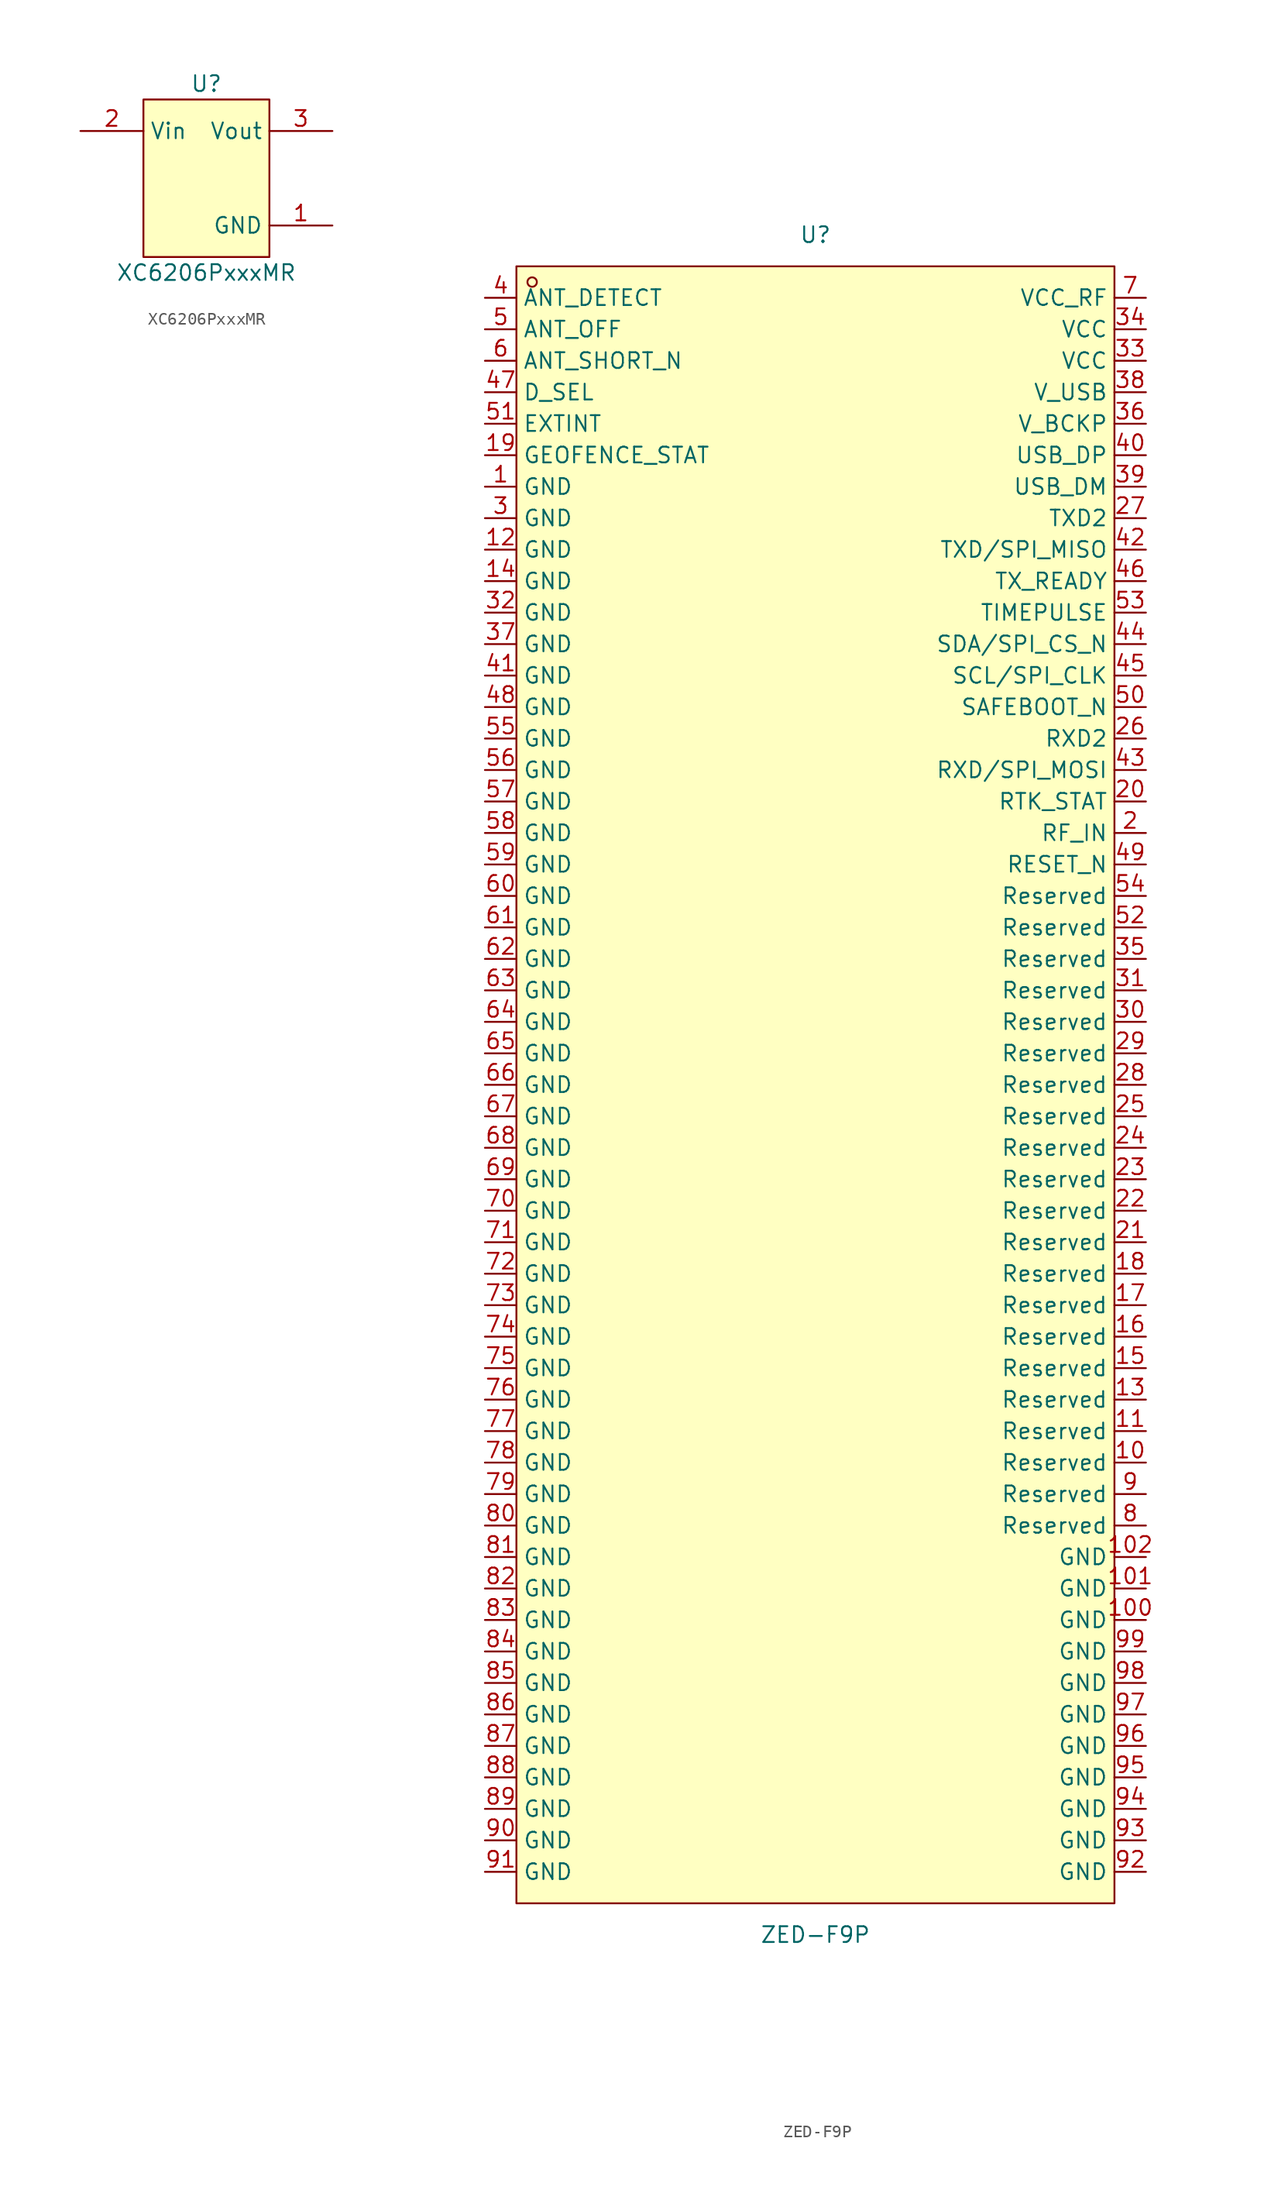
<source format=kicad_sym>
(kicad_symbol_lib
  (version 20241209)
  (generator "kicad_symbol_editor")
  (generator_version "9.0")
  (symbol "XC6206PxxxMR"
    (property "Reference" "U"
      (at 0 7.62 0)
      (effects (font (size 1.27 1.27))))
    (property "Value" "XC6206PxxxMR"
      (at 0 -7.62 0)
      (effects (font (size 1.27 1.27))))
    (symbol "XC6206PxxxMR_0_1"
      (rectangle (start -5.08 6.35) (end 5.08 -6.35) (stroke (width 0) (type default)) (fill (type background))))
    (symbol "XC6206PxxxMR_1_1"
      (pin power_in line (at -10.16 3.81 0) (length 5.08) (name "Vin" (effects (font (size 1.27 1.27)))) (number "2" (effects (font (size 1.27 1.27)))))
      (pin power_out line (at 10.16 3.81 180) (length 5.08) (name "Vout" (effects (font (size 1.27 1.27)))) (number "3" (effects (font (size 1.27 1.27)))))
      (pin power_in line (at 10.16 -3.81 180) (length 5.08) (name "GND" (effects (font (size 1.27 1.27)))) (number "1" (effects (font (size 1.27 1.27)))))))
  (symbol "ZED-F9P"
    (property "Reference" "U"
      (at 0 68.58 0)
      (effects (font (size 1.27 1.27))))
    (property "Value" "ZED-F9P"
      (at 0 -68.58 0)
      (effects (font (size 1.27 1.27))))
    (symbol "ZED-F9P_0_1"
      (rectangle (start -24.13 66.04) (end 24.13 -66.04) (stroke (width 0) (type default)) (fill (type background)))
      (circle (center -22.86 64.77) (radius 0.38) (stroke (width 0) (type default)) (fill (type none)))
      (pin unspecified line (at -26.67 63.5 0) (length 2.54) (name "ANT_DETECT" (effects (font (size 1.27 1.27)))) (number "4" (effects (font (size 1.27 1.27)))))
      (pin unspecified line (at -26.67 60.96 0) (length 2.54) (name "ANT_OFF" (effects (font (size 1.27 1.27)))) (number "5" (effects (font (size 1.27 1.27)))))
      (pin unspecified line (at -26.67 58.42 0) (length 2.54) (name "ANT_SHORT_N" (effects (font (size 1.27 1.27)))) (number "6" (effects (font (size 1.27 1.27)))))
      (pin unspecified line (at -26.67 55.88 0) (length 2.54) (name "D_SEL" (effects (font (size 1.27 1.27)))) (number "47" (effects (font (size 1.27 1.27)))))
      (pin unspecified line (at -26.67 53.34 0) (length 2.54) (name "EXTINT" (effects (font (size 1.27 1.27)))) (number "51" (effects (font (size 1.27 1.27)))))
      (pin unspecified line (at -26.67 50.8 0) (length 2.54) (name "GEOFENCE_STAT" (effects (font (size 1.27 1.27)))) (number "19" (effects (font (size 1.27 1.27)))))
      (pin unspecified line (at -26.67 48.26 0) (length 2.54) (name "GND" (effects (font (size 1.27 1.27)))) (number "1" (effects (font (size 1.27 1.27)))))
      (pin unspecified line (at -26.67 45.72 0) (length 2.54) (name "GND" (effects (font (size 1.27 1.27)))) (number "3" (effects (font (size 1.27 1.27)))))
      (pin unspecified line (at -26.67 43.18 0) (length 2.54) (name "GND" (effects (font (size 1.27 1.27)))) (number "12" (effects (font (size 1.27 1.27)))))
      (pin unspecified line (at -26.67 40.64 0) (length 2.54) (name "GND" (effects (font (size 1.27 1.27)))) (number "14" (effects (font (size 1.27 1.27)))))
      (pin unspecified line (at -26.67 38.1 0) (length 2.54) (name "GND" (effects (font (size 1.27 1.27)))) (number "32" (effects (font (size 1.27 1.27)))))
      (pin unspecified line (at -26.67 35.56 0) (length 2.54) (name "GND" (effects (font (size 1.27 1.27)))) (number "37" (effects (font (size 1.27 1.27)))))
      (pin unspecified line (at -26.67 33.02 0) (length 2.54) (name "GND" (effects (font (size 1.27 1.27)))) (number "41" (effects (font (size 1.27 1.27)))))
      (pin unspecified line (at -26.67 30.48 0) (length 2.54) (name "GND" (effects (font (size 1.27 1.27)))) (number "48" (effects (font (size 1.27 1.27)))))
      (pin unspecified line (at -26.67 27.94 0) (length 2.54) (name "GND" (effects (font (size 1.27 1.27)))) (number "55" (effects (font (size 1.27 1.27)))))
      (pin unspecified line (at -26.67 25.4 0) (length 2.54) (name "GND" (effects (font (size 1.27 1.27)))) (number "56" (effects (font (size 1.27 1.27)))))
      (pin unspecified line (at -26.67 22.86 0) (length 2.54) (name "GND" (effects (font (size 1.27 1.27)))) (number "57" (effects (font (size 1.27 1.27)))))
      (pin unspecified line (at -26.67 20.32 0) (length 2.54) (name "GND" (effects (font (size 1.27 1.27)))) (number "58" (effects (font (size 1.27 1.27)))))
      (pin unspecified line (at -26.67 17.78 0) (length 2.54) (name "GND" (effects (font (size 1.27 1.27)))) (number "59" (effects (font (size 1.27 1.27)))))
      (pin unspecified line (at -26.67 15.24 0) (length 2.54) (name "GND" (effects (font (size 1.27 1.27)))) (number "60" (effects (font (size 1.27 1.27)))))
      (pin unspecified line (at -26.67 12.7 0) (length 2.54) (name "GND" (effects (font (size 1.27 1.27)))) (number "61" (effects (font (size 1.27 1.27)))))
      (pin unspecified line (at -26.67 10.16 0) (length 2.54) (name "GND" (effects (font (size 1.27 1.27)))) (number "62" (effects (font (size 1.27 1.27)))))
      (pin unspecified line (at -26.67 7.62 0) (length 2.54) (name "GND" (effects (font (size 1.27 1.27)))) (number "63" (effects (font (size 1.27 1.27)))))
      (pin unspecified line (at -26.67 5.08 0) (length 2.54) (name "GND" (effects (font (size 1.27 1.27)))) (number "64" (effects (font (size 1.27 1.27)))))
      (pin unspecified line (at -26.67 2.54 0) (length 2.54) (name "GND" (effects (font (size 1.27 1.27)))) (number "65" (effects (font (size 1.27 1.27)))))
      (pin unspecified line (at -26.67 0 0) (length 2.54) (name "GND" (effects (font (size 1.27 1.27)))) (number "66" (effects (font (size 1.27 1.27)))))
      (pin unspecified line (at -26.67 -2.54 0) (length 2.54) (name "GND" (effects (font (size 1.27 1.27)))) (number "67" (effects (font (size 1.27 1.27)))))
      (pin unspecified line (at -26.67 -5.08 0) (length 2.54) (name "GND" (effects (font (size 1.27 1.27)))) (number "68" (effects (font (size 1.27 1.27)))))
      (pin unspecified line (at -26.67 -7.62 0) (length 2.54) (name "GND" (effects (font (size 1.27 1.27)))) (number "69" (effects (font (size 1.27 1.27)))))
      (pin unspecified line (at -26.67 -10.16 0) (length 2.54) (name "GND" (effects (font (size 1.27 1.27)))) (number "70" (effects (font (size 1.27 1.27)))))
      (pin unspecified line (at -26.67 -12.7 0) (length 2.54) (name "GND" (effects (font (size 1.27 1.27)))) (number "71" (effects (font (size 1.27 1.27)))))
      (pin unspecified line (at -26.67 -15.24 0) (length 2.54) (name "GND" (effects (font (size 1.27 1.27)))) (number "72" (effects (font (size 1.27 1.27)))))
      (pin unspecified line (at -26.67 -17.78 0) (length 2.54) (name "GND" (effects (font (size 1.27 1.27)))) (number "73" (effects (font (size 1.27 1.27)))))
      (pin unspecified line (at -26.67 -20.32 0) (length 2.54) (name "GND" (effects (font (size 1.27 1.27)))) (number "74" (effects (font (size 1.27 1.27)))))
      (pin unspecified line (at -26.67 -22.86 0) (length 2.54) (name "GND" (effects (font (size 1.27 1.27)))) (number "75" (effects (font (size 1.27 1.27)))))
      (pin unspecified line (at -26.67 -25.4 0) (length 2.54) (name "GND" (effects (font (size 1.27 1.27)))) (number "76" (effects (font (size 1.27 1.27)))))
      (pin unspecified line (at -26.67 -27.94 0) (length 2.54) (name "GND" (effects (font (size 1.27 1.27)))) (number "77" (effects (font (size 1.27 1.27)))))
      (pin unspecified line (at -26.67 -30.48 0) (length 2.54) (name "GND" (effects (font (size 1.27 1.27)))) (number "78" (effects (font (size 1.27 1.27)))))
      (pin unspecified line (at -26.67 -33.02 0) (length 2.54) (name "GND" (effects (font (size 1.27 1.27)))) (number "79" (effects (font (size 1.27 1.27)))))
      (pin unspecified line (at -26.67 -35.56 0) (length 2.54) (name "GND" (effects (font (size 1.27 1.27)))) (number "80" (effects (font (size 1.27 1.27)))))
      (pin unspecified line (at -26.67 -38.1 0) (length 2.54) (name "GND" (effects (font (size 1.27 1.27)))) (number "81" (effects (font (size 1.27 1.27)))))
      (pin unspecified line (at -26.67 -40.64 0) (length 2.54) (name "GND" (effects (font (size 1.27 1.27)))) (number "82" (effects (font (size 1.27 1.27)))))
      (pin unspecified line (at -26.67 -43.18 0) (length 2.54) (name "GND" (effects (font (size 1.27 1.27)))) (number "83" (effects (font (size 1.27 1.27)))))
      (pin unspecified line (at -26.67 -45.72 0) (length 2.54) (name "GND" (effects (font (size 1.27 1.27)))) (number "84" (effects (font (size 1.27 1.27)))))
      (pin unspecified line (at -26.67 -48.26 0) (length 2.54) (name "GND" (effects (font (size 1.27 1.27)))) (number "85" (effects (font (size 1.27 1.27)))))
      (pin unspecified line (at -26.67 -50.8 0) (length 2.54) (name "GND" (effects (font (size 1.27 1.27)))) (number "86" (effects (font (size 1.27 1.27)))))
      (pin unspecified line (at -26.67 -53.34 0) (length 2.54) (name "GND" (effects (font (size 1.27 1.27)))) (number "87" (effects (font (size 1.27 1.27)))))
      (pin unspecified line (at -26.67 -55.88 0) (length 2.54) (name "GND" (effects (font (size 1.27 1.27)))) (number "88" (effects (font (size 1.27 1.27)))))
      (pin unspecified line (at -26.67 -58.42 0) (length 2.54) (name "GND" (effects (font (size 1.27 1.27)))) (number "89" (effects (font (size 1.27 1.27)))))
      (pin unspecified line (at -26.67 -60.96 0) (length 2.54) (name "GND" (effects (font (size 1.27 1.27)))) (number "90" (effects (font (size 1.27 1.27)))))
      (pin unspecified line (at -26.67 -63.5 0) (length 2.54) (name "GND" (effects (font (size 1.27 1.27)))) (number "91" (effects (font (size 1.27 1.27)))))
      (pin unspecified line (at 26.67 63.5 180) (length 2.54) (name "VCC_RF" (effects (font (size 1.27 1.27)))) (number "7" (effects (font (size 1.27 1.27)))))
      (pin unspecified line (at 26.67 60.96 180) (length 2.54) (name "VCC" (effects (font (size 1.27 1.27)))) (number "34" (effects (font (size 1.27 1.27)))))
      (pin unspecified line (at 26.67 58.42 180) (length 2.54) (name "VCC" (effects (font (size 1.27 1.27)))) (number "33" (effects (font (size 1.27 1.27)))))
      (pin unspecified line (at 26.67 55.88 180) (length 2.54) (name "V_USB" (effects (font (size 1.27 1.27)))) (number "38" (effects (font (size 1.27 1.27)))))
      (pin unspecified line (at 26.67 53.34 180) (length 2.54) (name "V_BCKP" (effects (font (size 1.27 1.27)))) (number "36" (effects (font (size 1.27 1.27)))))
      (pin unspecified line (at 26.67 50.8 180) (length 2.54) (name "USB_DP" (effects (font (size 1.27 1.27)))) (number "40" (effects (font (size 1.27 1.27)))))
      (pin unspecified line (at 26.67 48.26 180) (length 2.54) (name "USB_DM" (effects (font (size 1.27 1.27)))) (number "39" (effects (font (size 1.27 1.27)))))
      (pin unspecified line (at 26.67 45.72 180) (length 2.54) (name "TXD2" (effects (font (size 1.27 1.27)))) (number "27" (effects (font (size 1.27 1.27)))))
      (pin unspecified line (at 26.67 43.18 180) (length 2.54) (name "TXD/SPI_MISO" (effects (font (size 1.27 1.27)))) (number "42" (effects (font (size 1.27 1.27)))))
      (pin unspecified line (at 26.67 40.64 180) (length 2.54) (name "TX_READY" (effects (font (size 1.27 1.27)))) (number "46" (effects (font (size 1.27 1.27)))))
      (pin unspecified line (at 26.67 38.1 180) (length 2.54) (name "TIMEPULSE" (effects (font (size 1.27 1.27)))) (number "53" (effects (font (size 1.27 1.27)))))
      (pin unspecified line (at 26.67 35.56 180) (length 2.54) (name "SDA/SPI_CS_N" (effects (font (size 1.27 1.27)))) (number "44" (effects (font (size 1.27 1.27)))))
      (pin unspecified line (at 26.67 33.02 180) (length 2.54) (name "SCL/SPI_CLK" (effects (font (size 1.27 1.27)))) (number "45" (effects (font (size 1.27 1.27)))))
      (pin unspecified line (at 26.67 30.48 180) (length 2.54) (name "SAFEBOOT_N" (effects (font (size 1.27 1.27)))) (number "50" (effects (font (size 1.27 1.27)))))
      (pin unspecified line (at 26.67 27.94 180) (length 2.54) (name "RXD2" (effects (font (size 1.27 1.27)))) (number "26" (effects (font (size 1.27 1.27)))))
      (pin unspecified line (at 26.67 25.4 180) (length 2.54) (name "RXD/SPI_MOSI" (effects (font (size 1.27 1.27)))) (number "43" (effects (font (size 1.27 1.27)))))
      (pin unspecified line (at 26.67 22.86 180) (length 2.54) (name "RTK_STAT" (effects (font (size 1.27 1.27)))) (number "20" (effects (font (size 1.27 1.27)))))
      (pin unspecified line (at 26.67 20.32 180) (length 2.54) (name "RF_IN" (effects (font (size 1.27 1.27)))) (number "2" (effects (font (size 1.27 1.27)))))
      (pin unspecified line (at 26.67 17.78 180) (length 2.54) (name "RESET_N" (effects (font (size 1.27 1.27)))) (number "49" (effects (font (size 1.27 1.27)))))
      (pin unspecified line (at 26.67 15.24 180) (length 2.54) (name "Reserved" (effects (font (size 1.27 1.27)))) (number "54" (effects (font (size 1.27 1.27)))))
      (pin unspecified line (at 26.67 12.7 180) (length 2.54) (name "Reserved" (effects (font (size 1.27 1.27)))) (number "52" (effects (font (size 1.27 1.27)))))
      (pin unspecified line (at 26.67 10.16 180) (length 2.54) (name "Reserved" (effects (font (size 1.27 1.27)))) (number "35" (effects (font (size 1.27 1.27)))))
      (pin unspecified line (at 26.67 7.62 180) (length 2.54) (name "Reserved" (effects (font (size 1.27 1.27)))) (number "31" (effects (font (size 1.27 1.27)))))
      (pin unspecified line (at 26.67 5.08 180) (length 2.54) (name "Reserved" (effects (font (size 1.27 1.27)))) (number "30" (effects (font (size 1.27 1.27)))))
      (pin unspecified line (at 26.67 2.54 180) (length 2.54) (name "Reserved" (effects (font (size 1.27 1.27)))) (number "29" (effects (font (size 1.27 1.27)))))
      (pin unspecified line (at 26.67 0 180) (length 2.54) (name "Reserved" (effects (font (size 1.27 1.27)))) (number "28" (effects (font (size 1.27 1.27)))))
      (pin unspecified line (at 26.67 -2.54 180) (length 2.54) (name "Reserved" (effects (font (size 1.27 1.27)))) (number "25" (effects (font (size 1.27 1.27)))))
      (pin unspecified line (at 26.67 -5.08 180) (length 2.54) (name "Reserved" (effects (font (size 1.27 1.27)))) (number "24" (effects (font (size 1.27 1.27)))))
      (pin unspecified line (at 26.67 -7.62 180) (length 2.54) (name "Reserved" (effects (font (size 1.27 1.27)))) (number "23" (effects (font (size 1.27 1.27)))))
      (pin unspecified line (at 26.67 -10.16 180) (length 2.54) (name "Reserved" (effects (font (size 1.27 1.27)))) (number "22" (effects (font (size 1.27 1.27)))))
      (pin unspecified line (at 26.67 -12.7 180) (length 2.54) (name "Reserved" (effects (font (size 1.27 1.27)))) (number "21" (effects (font (size 1.27 1.27)))))
      (pin unspecified line (at 26.67 -15.24 180) (length 2.54) (name "Reserved" (effects (font (size 1.27 1.27)))) (number "18" (effects (font (size 1.27 1.27)))))
      (pin unspecified line (at 26.67 -17.78 180) (length 2.54) (name "Reserved" (effects (font (size 1.27 1.27)))) (number "17" (effects (font (size 1.27 1.27)))))
      (pin unspecified line (at 26.67 -20.32 180) (length 2.54) (name "Reserved" (effects (font (size 1.27 1.27)))) (number "16" (effects (font (size 1.27 1.27)))))
      (pin unspecified line (at 26.67 -22.86 180) (length 2.54) (name "Reserved" (effects (font (size 1.27 1.27)))) (number "15" (effects (font (size 1.27 1.27)))))
      (pin unspecified line (at 26.67 -25.4 180) (length 2.54) (name "Reserved" (effects (font (size 1.27 1.27)))) (number "13" (effects (font (size 1.27 1.27)))))
      (pin unspecified line (at 26.67 -27.94 180) (length 2.54) (name "Reserved" (effects (font (size 1.27 1.27)))) (number "11" (effects (font (size 1.27 1.27)))))
      (pin unspecified line (at 26.67 -30.48 180) (length 2.54) (name "Reserved" (effects (font (size 1.27 1.27)))) (number "10" (effects (font (size 1.27 1.27)))))
      (pin unspecified line (at 26.67 -33.02 180) (length 2.54) (name "Reserved" (effects (font (size 1.27 1.27)))) (number "9" (effects (font (size 1.27 1.27)))))
      (pin unspecified line (at 26.67 -35.56 180) (length 2.54) (name "Reserved" (effects (font (size 1.27 1.27)))) (number "8" (effects (font (size 1.27 1.27)))))
      (pin unspecified line (at 26.67 -38.1 180) (length 2.54) (name "GND" (effects (font (size 1.27 1.27)))) (number "102" (effects (font (size 1.27 1.27)))))
      (pin unspecified line (at 26.67 -40.64 180) (length 2.54) (name "GND" (effects (font (size 1.27 1.27)))) (number "101" (effects (font (size 1.27 1.27)))))
      (pin unspecified line (at 26.67 -43.18 180) (length 2.54) (name "GND" (effects (font (size 1.27 1.27)))) (number "100" (effects (font (size 1.27 1.27)))))
      (pin unspecified line (at 26.67 -45.72 180) (length 2.54) (name "GND" (effects (font (size 1.27 1.27)))) (number "99" (effects (font (size 1.27 1.27)))))
      (pin unspecified line (at 26.67 -48.26 180) (length 2.54) (name "GND" (effects (font (size 1.27 1.27)))) (number "98" (effects (font (size 1.27 1.27)))))
      (pin unspecified line (at 26.67 -50.8 180) (length 2.54) (name "GND" (effects (font (size 1.27 1.27)))) (number "97" (effects (font (size 1.27 1.27)))))
      (pin unspecified line (at 26.67 -53.34 180) (length 2.54) (name "GND" (effects (font (size 1.27 1.27)))) (number "96" (effects (font (size 1.27 1.27)))))
      (pin unspecified line (at 26.67 -55.88 180) (length 2.54) (name "GND" (effects (font (size 1.27 1.27)))) (number "95" (effects (font (size 1.27 1.27)))))
      (pin unspecified line (at 26.67 -58.42 180) (length 2.54) (name "GND" (effects (font (size 1.27 1.27)))) (number "94" (effects (font (size 1.27 1.27)))))
      (pin unspecified line (at 26.67 -60.96 180) (length 2.54) (name "GND" (effects (font (size 1.27 1.27)))) (number "93" (effects (font (size 1.27 1.27)))))
      (pin unspecified line (at 26.67 -63.5 180) (length 2.54) (name "GND" (effects (font (size 1.27 1.27)))) (number "92" (effects (font (size 1.27 1.27))))))))
</source>
